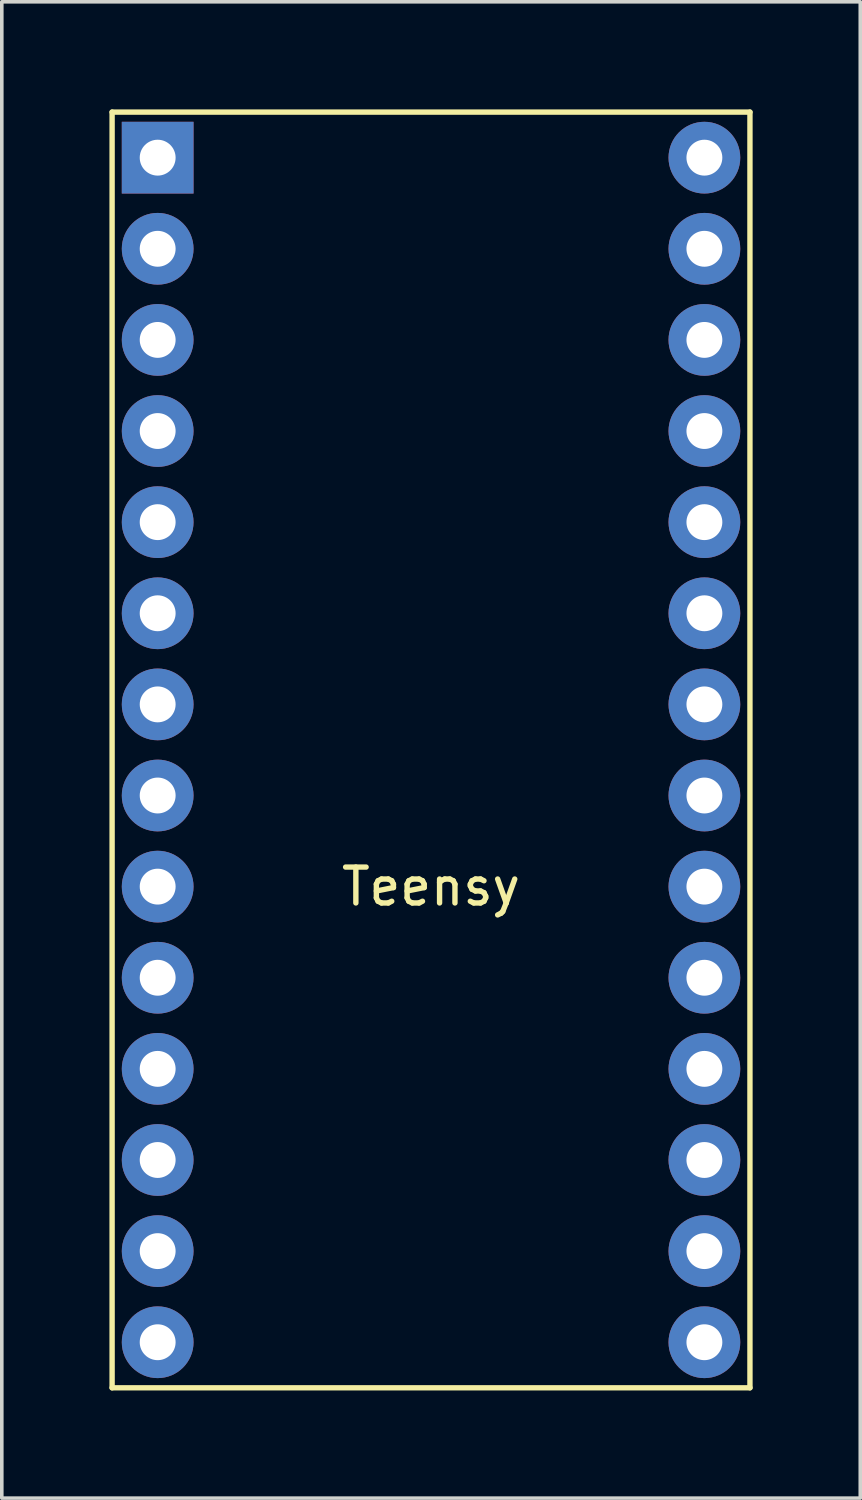
<source format=kicad_pcb>
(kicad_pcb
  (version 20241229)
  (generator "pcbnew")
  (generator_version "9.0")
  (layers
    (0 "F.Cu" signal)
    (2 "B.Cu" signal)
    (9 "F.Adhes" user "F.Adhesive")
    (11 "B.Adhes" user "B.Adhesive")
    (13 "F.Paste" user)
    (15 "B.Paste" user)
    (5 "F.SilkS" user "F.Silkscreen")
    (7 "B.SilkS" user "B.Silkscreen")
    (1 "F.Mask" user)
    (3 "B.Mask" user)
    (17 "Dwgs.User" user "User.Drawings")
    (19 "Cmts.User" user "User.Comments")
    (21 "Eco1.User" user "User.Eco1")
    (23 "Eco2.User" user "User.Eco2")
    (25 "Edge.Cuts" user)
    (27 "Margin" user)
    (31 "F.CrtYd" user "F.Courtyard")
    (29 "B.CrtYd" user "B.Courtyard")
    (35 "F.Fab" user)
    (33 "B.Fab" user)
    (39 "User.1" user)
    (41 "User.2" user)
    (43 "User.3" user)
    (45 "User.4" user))
  (footprint "Teensy"
    (layer "F.Cu")
    (at 8.965 1.345)
    (property "Reference" "Teensy" (at 0 20.32 0) (layer "F.SilkS") (effects (font (size 1 1) (thickness 0.15))))
    (attr through_hole)
    (fp_line (start -8.89 -1.27) (end 8.89 -1.27) (stroke (width 0.15) (type solid)) (layer "F.SilkS"))
    (fp_line (start -8.89 34.29) (end -8.89 -1.27) (stroke (width 0.15) (type solid)) (layer "F.SilkS"))
    (fp_line (start 8.89 -1.27) (end 8.89 34.29) (stroke (width 0.15) (type solid)) (layer "F.SilkS"))
    (fp_line (start 8.89 34.29) (end -8.89 34.29) (stroke (width 0.15) (type solid)) (layer "F.SilkS"))
    (pad "1" thru_hole rect (at -7.62 0) (size 2 2) (drill 1) (layers "*.Cu" "*.Mask"))
    (pad "2" thru_hole circle (at -7.62 2.54) (size 2 2) (drill 1) (layers "*.Cu" "*.Mask"))
    (pad "3" thru_hole circle (at -7.62 5.08) (size 2 2) (drill 1) (layers "*.Cu" "*.Mask"))
    (pad "4" thru_hole circle (at -7.62 7.62) (size 2 2) (drill 1) (layers "*.Cu" "*.Mask"))
    (pad "5" thru_hole circle (at -7.62 10.16) (size 2 2) (drill 1) (layers "*.Cu" "*.Mask"))
    (pad "6" thru_hole circle (at -7.62 12.7) (size 2 2) (drill 1) (layers "*.Cu" "*.Mask"))
    (pad "7" thru_hole circle (at -7.62 15.24 90) (size 2 2) (drill 1) (layers "*.Cu" "*.Mask"))
    (pad "8" thru_hole circle (at -7.62 17.78) (size 2 2) (drill 1) (layers "*.Cu" "*.Mask"))
    (pad "9" thru_hole circle (at -7.62 20.32) (size 2 2) (drill 1) (layers "*.Cu" "*.Mask"))
    (pad "10" thru_hole circle (at -7.62 22.86) (size 2 2) (drill 1) (layers "*.Cu" "*.Mask"))
    (pad "11" thru_hole circle (at -7.62 25.4) (size 2 2) (drill 1) (layers "*.Cu" "*.Mask"))
    (pad "12" thru_hole circle (at -7.62 27.94) (size 2 2) (drill 1) (layers "*.Cu" "*.Mask"))
    (pad "13" thru_hole circle (at -7.62 30.48) (size 2 2) (drill 1) (layers "*.Cu" "*.Mask"))
    (pad "14" thru_hole circle (at -7.62 33.02) (size 2 2) (drill 1) (layers "*.Cu" "*.Mask"))
    (pad "15" thru_hole circle (at 7.62 33.02) (size 2 2) (drill 1) (layers "*.Cu" "*.Mask"))
    (pad "16" thru_hole circle (at 7.62 30.48) (size 2 2) (drill 1) (layers "*.Cu" "*.Mask"))
    (pad "17" thru_hole circle (at 7.62 27.94) (size 2 2) (drill 1) (layers "*.Cu" "*.Mask"))
    (pad "18" thru_hole circle (at 7.62 25.4) (size 2 2) (drill 1) (layers "*.Cu" "*.Mask"))
    (pad "19" thru_hole circle (at 7.62 22.86) (size 2 2) (drill 1) (layers "*.Cu" "*.Mask"))
    (pad "20" thru_hole circle (at 7.62 20.32) (size 2 2) (drill 1) (layers "*.Cu" "*.Mask"))
    (pad "21" thru_hole circle (at 7.62 17.78) (size 2 2) (drill 1) (layers "*.Cu" "*.Mask"))
    (pad "22" thru_hole circle (at 7.62 15.24) (size 2 2) (drill 1) (layers "*.Cu" "*.Mask"))
    (pad "23" thru_hole circle (at 7.62 12.7) (size 2 2) (drill 1) (layers "*.Cu" "*.Mask"))
    (pad "24" thru_hole circle (at 7.62 10.16) (size 2 2) (drill 1) (layers "*.Cu" "*.Mask"))
    (pad "25" thru_hole circle (at 7.62 7.62) (size 2 2) (drill 1) (layers "*.Cu" "*.Mask"))
    (pad "26" thru_hole circle (at 7.62 5.08) (size 2 2) (drill 1) (layers "*.Cu" "*.Mask"))
    (pad "27" thru_hole circle (at 7.62 2.54) (size 2 2) (drill 1) (layers "*.Cu" "*.Mask"))
    (pad "28" thru_hole circle (at 7.62 0) (size 2 2) (drill 1) (layers "*.Cu" "*.Mask")))
  (gr_rect
    (start -3 -3)
    (end 20.93 38.71)
    (stroke (width 0.1) (type default))
    (fill no)
    (layer "Edge.Cuts")))
</source>
